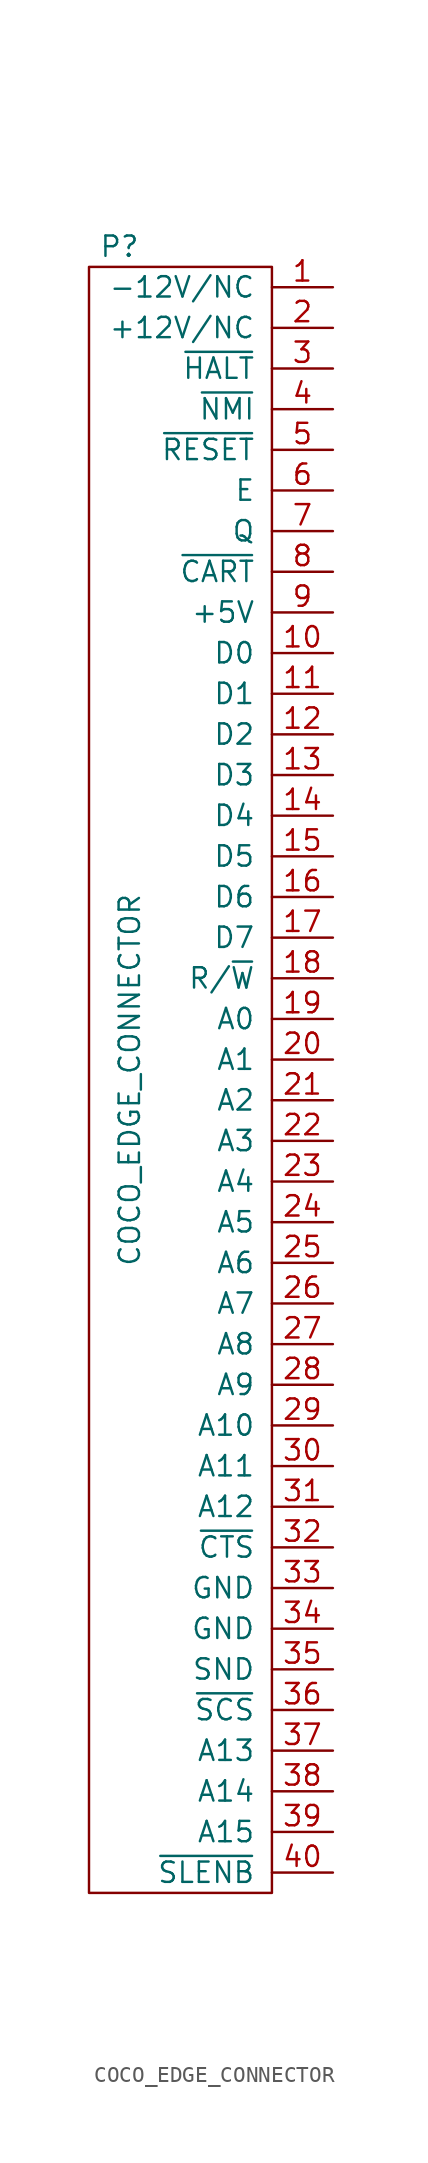
<source format=kicad_sym>
(kicad_symbol_lib
  (version 20220914)
  (generator kicad_symbol_editor)
  (symbol "COCO_EDGE_CONNECTOR"
    (pin_names
      (offset 1.016))
    (property "Reference" "P"
      (at -3.175 52.07 0)
      (effects (font (size 1.27 1.27))))
    (property "Value" "COCO_EDGE_CONNECTOR"
      (at -2.54 0 90)
      (effects (font (size 1.27 1.27))))
    (property "Footprint" ""
      (at -3.175 0 0)
      (effects (font (size 1.27 1.27))))
    (property "Datasheet" ""
      (at -3.175 0 0)
      (effects (font (size 1.27 1.27))))
    (symbol "COCO_EDGE_CONNECTOR_0_1"
      (rectangle (start -5.08 50.8) (end 6.35 -50.8) (stroke (width 0) (type solid)) (fill (type none))))
    (symbol "COCO_EDGE_CONNECTOR_1_1"
      (pin power_out line (at 10.16 49.53 180) (length 3.81) (name "-12V/NC" (effects (font (size 1.27 1.27)))) (number "1" (effects (font (size 1.27 1.27)))))
      (pin passive line (at 10.16 26.67 180) (length 3.81) (name "D0" (effects (font (size 1.27 1.27)))) (number "10" (effects (font (size 1.27 1.27)))))
      (pin passive line (at 10.16 24.13 180) (length 3.81) (name "D1" (effects (font (size 1.27 1.27)))) (number "11" (effects (font (size 1.27 1.27)))))
      (pin passive line (at 10.16 21.59 180) (length 3.81) (name "D2" (effects (font (size 1.27 1.27)))) (number "12" (effects (font (size 1.27 1.27)))))
      (pin passive line (at 10.16 19.05 180) (length 3.81) (name "D3" (effects (font (size 1.27 1.27)))) (number "13" (effects (font (size 1.27 1.27)))))
      (pin passive line (at 10.16 16.51 180) (length 3.81) (name "D4" (effects (font (size 1.27 1.27)))) (number "14" (effects (font (size 1.27 1.27)))))
      (pin passive line (at 10.16 13.97 180) (length 3.81) (name "D5" (effects (font (size 1.27 1.27)))) (number "15" (effects (font (size 1.27 1.27)))))
      (pin passive line (at 10.16 11.43 180) (length 3.81) (name "D6" (effects (font (size 1.27 1.27)))) (number "16" (effects (font (size 1.27 1.27)))))
      (pin passive line (at 10.16 8.89 180) (length 3.81) (name "D7" (effects (font (size 1.27 1.27)))) (number "17" (effects (font (size 1.27 1.27)))))
      (pin passive line (at 10.16 6.35 180) (length 3.81) (name "R/~{W}" (effects (font (size 1.27 1.27)))) (number "18" (effects (font (size 1.27 1.27)))))
      (pin passive line (at 10.16 3.81 180) (length 3.81) (name "A0" (effects (font (size 1.27 1.27)))) (number "19" (effects (font (size 1.27 1.27)))))
      (pin power_out line (at 10.16 46.99 180) (length 3.81) (name "+12V/NC" (effects (font (size 1.27 1.27)))) (number "2" (effects (font (size 1.27 1.27)))))
      (pin passive line (at 10.16 1.27 180) (length 3.81) (name "A1" (effects (font (size 1.27 1.27)))) (number "20" (effects (font (size 1.27 1.27)))))
      (pin passive line (at 10.16 -1.27 180) (length 3.81) (name "A2" (effects (font (size 1.27 1.27)))) (number "21" (effects (font (size 1.27 1.27)))))
      (pin passive line (at 10.16 -3.81 180) (length 3.81) (name "A3" (effects (font (size 1.27 1.27)))) (number "22" (effects (font (size 1.27 1.27)))))
      (pin passive line (at 10.16 -6.35 180) (length 3.81) (name "A4" (effects (font (size 1.27 1.27)))) (number "23" (effects (font (size 1.27 1.27)))))
      (pin passive line (at 10.16 -8.89 180) (length 3.81) (name "A5" (effects (font (size 1.27 1.27)))) (number "24" (effects (font (size 1.27 1.27)))))
      (pin passive line (at 10.16 -11.43 180) (length 3.81) (name "A6" (effects (font (size 1.27 1.27)))) (number "25" (effects (font (size 1.27 1.27)))))
      (pin passive line (at 10.16 -13.97 180) (length 3.81) (name "A7" (effects (font (size 1.27 1.27)))) (number "26" (effects (font (size 1.27 1.27)))))
      (pin passive line (at 10.16 -16.51 180) (length 3.81) (name "A8" (effects (font (size 1.27 1.27)))) (number "27" (effects (font (size 1.27 1.27)))))
      (pin passive line (at 10.16 -19.05 180) (length 3.81) (name "A9" (effects (font (size 1.27 1.27)))) (number "28" (effects (font (size 1.27 1.27)))))
      (pin passive line (at 10.16 -21.59 180) (length 3.81) (name "A10" (effects (font (size 1.27 1.27)))) (number "29" (effects (font (size 1.27 1.27)))))
      (pin passive line (at 10.16 44.45 180) (length 3.81) (name "~{HALT}" (effects (font (size 1.27 1.27)))) (number "3" (effects (font (size 1.27 1.27)))))
      (pin passive line (at 10.16 -24.13 180) (length 3.81) (name "A11" (effects (font (size 1.27 1.27)))) (number "30" (effects (font (size 1.27 1.27)))))
      (pin passive line (at 10.16 -26.67 180) (length 3.81) (name "A12" (effects (font (size 1.27 1.27)))) (number "31" (effects (font (size 1.27 1.27)))))
      (pin passive line (at 10.16 -29.21 180) (length 3.81) (name "~{CTS}" (effects (font (size 1.27 1.27)))) (number "32" (effects (font (size 1.27 1.27)))))
      (pin power_out line (at 10.16 -31.75 180) (length 3.81) (name "GND" (effects (font (size 1.27 1.27)))) (number "33" (effects (font (size 1.27 1.27)))))
      (pin power_in line (at 10.16 -34.29 180) (length 3.81) (name "GND" (effects (font (size 1.27 1.27)))) (number "34" (effects (font (size 1.27 1.27)))))
      (pin passive line (at 10.16 -36.83 180) (length 3.81) (name "SND" (effects (font (size 1.27 1.27)))) (number "35" (effects (font (size 1.27 1.27)))))
      (pin passive line (at 10.16 -39.37 180) (length 3.81) (name "~{SCS}" (effects (font (size 1.27 1.27)))) (number "36" (effects (font (size 1.27 1.27)))))
      (pin passive line (at 10.16 -41.91 180) (length 3.81) (name "A13" (effects (font (size 1.27 1.27)))) (number "37" (effects (font (size 1.27 1.27)))))
      (pin passive line (at 10.16 -44.45 180) (length 3.81) (name "A14" (effects (font (size 1.27 1.27)))) (number "38" (effects (font (size 1.27 1.27)))))
      (pin passive line (at 10.16 -46.99 180) (length 3.81) (name "A15" (effects (font (size 1.27 1.27)))) (number "39" (effects (font (size 1.27 1.27)))))
      (pin passive line (at 10.16 41.91 180) (length 3.81) (name "~{NMI}" (effects (font (size 1.27 1.27)))) (number "4" (effects (font (size 1.27 1.27)))))
      (pin passive line (at 10.16 -49.53 180) (length 3.81) (name "~{SLENB}" (effects (font (size 1.27 1.27)))) (number "40" (effects (font (size 1.27 1.27)))))
      (pin passive line (at 10.16 39.37 180) (length 3.81) (name "~{RESET}" (effects (font (size 1.27 1.27)))) (number "5" (effects (font (size 1.27 1.27)))))
      (pin passive line (at 10.16 36.83 180) (length 3.81) (name "E" (effects (font (size 1.27 1.27)))) (number "6" (effects (font (size 1.27 1.27)))))
      (pin passive line (at 10.16 34.29 180) (length 3.81) (name "Q" (effects (font (size 1.27 1.27)))) (number "7" (effects (font (size 1.27 1.27)))))
      (pin passive line (at 10.16 31.75 180) (length 3.81) (name "~{CART}" (effects (font (size 1.27 1.27)))) (number "8" (effects (font (size 1.27 1.27)))))
      (pin power_out line (at 10.16 29.21 180) (length 3.81) (name "+5V" (effects (font (size 1.27 1.27)))) (number "9" (effects (font (size 1.27 1.27))))))))
</source>
